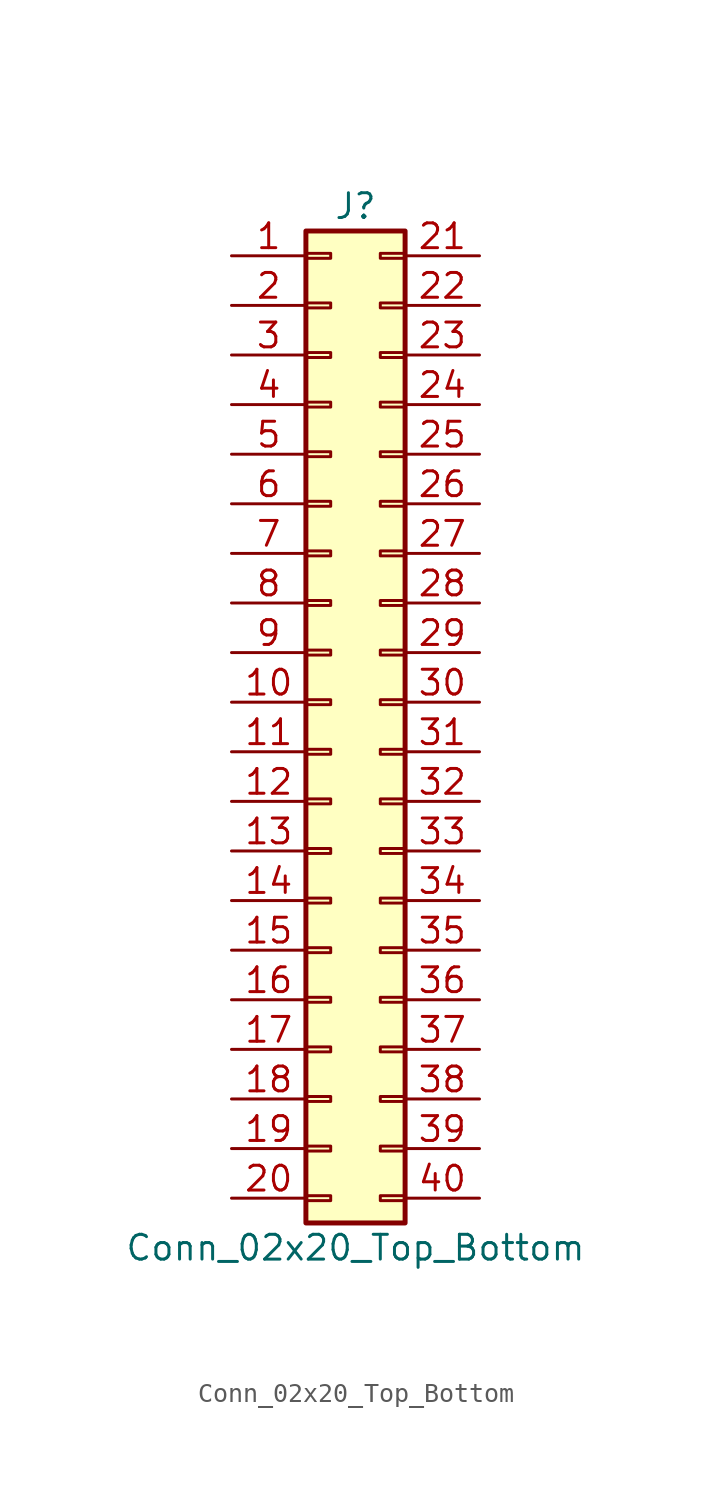
<source format=kicad_sym>
(kicad_symbol_lib
  (version 20201005)
  (generator kicad_symbol_editor)
  (symbol "Conn_02x20_Top_Bottom"
    (pin_names
      (offset 1.016) hide)
    (property "Reference" "J"
      (at 1.27 25.4 0)
      (effects (font (size 1.27 1.27))))
    (property "Value" "Conn_02x20_Top_Bottom"
      (at 1.27 -27.94 0)
      (effects (font (size 1.27 1.27))))
    (symbol "Conn_02x20_Top_Bottom_1_1"
      (rectangle (start -1.27 -25.273) (end 0 -25.527) (stroke (width 0.152)) (fill (type none)))
      (rectangle (start -1.27 -22.733) (end 0 -22.987) (stroke (width 0.152)) (fill (type none)))
      (rectangle (start -1.27 -20.193) (end 0 -20.447) (stroke (width 0.152)) (fill (type none)))
      (rectangle (start -1.27 -17.653) (end 0 -17.907) (stroke (width 0.152)) (fill (type none)))
      (rectangle (start -1.27 -15.113) (end 0 -15.367) (stroke (width 0.152)) (fill (type none)))
      (rectangle (start -1.27 -12.573) (end 0 -12.827) (stroke (width 0.152)) (fill (type none)))
      (rectangle (start -1.27 -10.033) (end 0 -10.287) (stroke (width 0.152)) (fill (type none)))
      (rectangle (start -1.27 -7.493) (end 0 -7.747) (stroke (width 0.152)) (fill (type none)))
      (rectangle (start -1.27 -4.953) (end 0 -5.207) (stroke (width 0.152)) (fill (type none)))
      (rectangle (start -1.27 -2.413) (end 0 -2.667) (stroke (width 0.152)) (fill (type none)))
      (rectangle (start -1.27 0.127) (end 0 -0.127) (stroke (width 0.152)) (fill (type none)))
      (rectangle (start -1.27 2.667) (end 0 2.413) (stroke (width 0.152)) (fill (type none)))
      (rectangle (start -1.27 5.207) (end 0 4.953) (stroke (width 0.152)) (fill (type none)))
      (rectangle (start -1.27 7.747) (end 0 7.493) (stroke (width 0.152)) (fill (type none)))
      (rectangle (start -1.27 10.287) (end 0 10.033) (stroke (width 0.152)) (fill (type none)))
      (rectangle (start -1.27 12.827) (end 0 12.573) (stroke (width 0.152)) (fill (type none)))
      (rectangle (start -1.27 15.367) (end 0 15.113) (stroke (width 0.152)) (fill (type none)))
      (rectangle (start -1.27 17.907) (end 0 17.653) (stroke (width 0.152)) (fill (type none)))
      (rectangle (start -1.27 20.447) (end 0 20.193) (stroke (width 0.152)) (fill (type none)))
      (rectangle (start -1.27 22.987) (end 0 22.733) (stroke (width 0.152)) (fill (type none)))
      (rectangle (start 3.81 -25.273) (end 2.54 -25.527) (stroke (width 0.152)) (fill (type none)))
      (rectangle (start 3.81 -22.733) (end 2.54 -22.987) (stroke (width 0.152)) (fill (type none)))
      (rectangle (start 3.81 -20.193) (end 2.54 -20.447) (stroke (width 0.152)) (fill (type none)))
      (rectangle (start 3.81 -17.653) (end 2.54 -17.907) (stroke (width 0.152)) (fill (type none)))
      (rectangle (start 3.81 -15.113) (end 2.54 -15.367) (stroke (width 0.152)) (fill (type none)))
      (rectangle (start 3.81 -12.573) (end 2.54 -12.827) (stroke (width 0.152)) (fill (type none)))
      (rectangle (start 3.81 -10.033) (end 2.54 -10.287) (stroke (width 0.152)) (fill (type none)))
      (rectangle (start 3.81 -7.493) (end 2.54 -7.747) (stroke (width 0.152)) (fill (type none)))
      (rectangle (start 3.81 -4.953) (end 2.54 -5.207) (stroke (width 0.152)) (fill (type none)))
      (rectangle (start 3.81 -2.413) (end 2.54 -2.667) (stroke (width 0.152)) (fill (type none)))
      (rectangle (start 3.81 0.127) (end 2.54 -0.127) (stroke (width 0.152)) (fill (type none)))
      (rectangle (start 3.81 2.667) (end 2.54 2.413) (stroke (width 0.152)) (fill (type none)))
      (rectangle (start 3.81 5.207) (end 2.54 4.953) (stroke (width 0.152)) (fill (type none)))
      (rectangle (start 3.81 7.747) (end 2.54 7.493) (stroke (width 0.152)) (fill (type none)))
      (rectangle (start 3.81 10.287) (end 2.54 10.033) (stroke (width 0.152)) (fill (type none)))
      (rectangle (start 3.81 12.827) (end 2.54 12.573) (stroke (width 0.152)) (fill (type none)))
      (rectangle (start 3.81 15.367) (end 2.54 15.113) (stroke (width 0.152)) (fill (type none)))
      (rectangle (start 3.81 17.907) (end 2.54 17.653) (stroke (width 0.152)) (fill (type none)))
      (rectangle (start 3.81 20.447) (end 2.54 20.193) (stroke (width 0.152)) (fill (type none)))
      (rectangle (start 3.81 22.987) (end 2.54 22.733) (stroke (width 0.152)) (fill (type none)))
      (rectangle (start -1.27 24.13) (end 3.81 -26.67) (stroke (width 0.254)) (fill (type background)))
      (pin passive line (at -5.08 22.86 0) (length 3.81) (name "Pin_1" (effects (font (size 1.27 1.27)))) (number "1" (effects (font (size 1.27 1.27)))))
      (pin passive line (at -5.08 0 0) (length 3.81) (name "Pin_10" (effects (font (size 1.27 1.27)))) (number "10" (effects (font (size 1.27 1.27)))))
      (pin passive line (at -5.08 -2.54 0) (length 3.81) (name "Pin_11" (effects (font (size 1.27 1.27)))) (number "11" (effects (font (size 1.27 1.27)))))
      (pin passive line (at -5.08 -5.08 0) (length 3.81) (name "Pin_12" (effects (font (size 1.27 1.27)))) (number "12" (effects (font (size 1.27 1.27)))))
      (pin passive line (at -5.08 -7.62 0) (length 3.81) (name "Pin_13" (effects (font (size 1.27 1.27)))) (number "13" (effects (font (size 1.27 1.27)))))
      (pin passive line (at -5.08 -10.16 0) (length 3.81) (name "Pin_14" (effects (font (size 1.27 1.27)))) (number "14" (effects (font (size 1.27 1.27)))))
      (pin passive line (at -5.08 -12.7 0) (length 3.81) (name "Pin_15" (effects (font (size 1.27 1.27)))) (number "15" (effects (font (size 1.27 1.27)))))
      (pin passive line (at -5.08 -15.24 0) (length 3.81) (name "Pin_16" (effects (font (size 1.27 1.27)))) (number "16" (effects (font (size 1.27 1.27)))))
      (pin passive line (at -5.08 -17.78 0) (length 3.81) (name "Pin_17" (effects (font (size 1.27 1.27)))) (number "17" (effects (font (size 1.27 1.27)))))
      (pin passive line (at -5.08 -20.32 0) (length 3.81) (name "Pin_18" (effects (font (size 1.27 1.27)))) (number "18" (effects (font (size 1.27 1.27)))))
      (pin passive line (at -5.08 -22.86 0) (length 3.81) (name "Pin_19" (effects (font (size 1.27 1.27)))) (number "19" (effects (font (size 1.27 1.27)))))
      (pin passive line (at -5.08 20.32 0) (length 3.81) (name "Pin_2" (effects (font (size 1.27 1.27)))) (number "2" (effects (font (size 1.27 1.27)))))
      (pin passive line (at -5.08 -25.4 0) (length 3.81) (name "Pin_20" (effects (font (size 1.27 1.27)))) (number "20" (effects (font (size 1.27 1.27)))))
      (pin passive line (at 7.62 22.86 180) (length 3.81) (name "Pin_21" (effects (font (size 1.27 1.27)))) (number "21" (effects (font (size 1.27 1.27)))))
      (pin passive line (at 7.62 20.32 180) (length 3.81) (name "Pin_22" (effects (font (size 1.27 1.27)))) (number "22" (effects (font (size 1.27 1.27)))))
      (pin passive line (at 7.62 17.78 180) (length 3.81) (name "Pin_23" (effects (font (size 1.27 1.27)))) (number "23" (effects (font (size 1.27 1.27)))))
      (pin passive line (at 7.62 15.24 180) (length 3.81) (name "Pin_24" (effects (font (size 1.27 1.27)))) (number "24" (effects (font (size 1.27 1.27)))))
      (pin passive line (at 7.62 12.7 180) (length 3.81) (name "Pin_25" (effects (font (size 1.27 1.27)))) (number "25" (effects (font (size 1.27 1.27)))))
      (pin passive line (at 7.62 10.16 180) (length 3.81) (name "Pin_26" (effects (font (size 1.27 1.27)))) (number "26" (effects (font (size 1.27 1.27)))))
      (pin passive line (at 7.62 7.62 180) (length 3.81) (name "Pin_27" (effects (font (size 1.27 1.27)))) (number "27" (effects (font (size 1.27 1.27)))))
      (pin passive line (at 7.62 5.08 180) (length 3.81) (name "Pin_28" (effects (font (size 1.27 1.27)))) (number "28" (effects (font (size 1.27 1.27)))))
      (pin passive line (at 7.62 2.54 180) (length 3.81) (name "Pin_29" (effects (font (size 1.27 1.27)))) (number "29" (effects (font (size 1.27 1.27)))))
      (pin passive line (at -5.08 17.78 0) (length 3.81) (name "Pin_3" (effects (font (size 1.27 1.27)))) (number "3" (effects (font (size 1.27 1.27)))))
      (pin passive line (at 7.62 0 180) (length 3.81) (name "Pin_30" (effects (font (size 1.27 1.27)))) (number "30" (effects (font (size 1.27 1.27)))))
      (pin passive line (at 7.62 -2.54 180) (length 3.81) (name "Pin_31" (effects (font (size 1.27 1.27)))) (number "31" (effects (font (size 1.27 1.27)))))
      (pin passive line (at 7.62 -5.08 180) (length 3.81) (name "Pin_32" (effects (font (size 1.27 1.27)))) (number "32" (effects (font (size 1.27 1.27)))))
      (pin passive line (at 7.62 -7.62 180) (length 3.81) (name "Pin_33" (effects (font (size 1.27 1.27)))) (number "33" (effects (font (size 1.27 1.27)))))
      (pin passive line (at 7.62 -10.16 180) (length 3.81) (name "Pin_34" (effects (font (size 1.27 1.27)))) (number "34" (effects (font (size 1.27 1.27)))))
      (pin passive line (at 7.62 -12.7 180) (length 3.81) (name "Pin_35" (effects (font (size 1.27 1.27)))) (number "35" (effects (font (size 1.27 1.27)))))
      (pin passive line (at 7.62 -15.24 180) (length 3.81) (name "Pin_36" (effects (font (size 1.27 1.27)))) (number "36" (effects (font (size 1.27 1.27)))))
      (pin passive line (at 7.62 -17.78 180) (length 3.81) (name "Pin_37" (effects (font (size 1.27 1.27)))) (number "37" (effects (font (size 1.27 1.27)))))
      (pin passive line (at 7.62 -20.32 180) (length 3.81) (name "Pin_38" (effects (font (size 1.27 1.27)))) (number "38" (effects (font (size 1.27 1.27)))))
      (pin passive line (at 7.62 -22.86 180) (length 3.81) (name "Pin_39" (effects (font (size 1.27 1.27)))) (number "39" (effects (font (size 1.27 1.27)))))
      (pin passive line (at -5.08 15.24 0) (length 3.81) (name "Pin_4" (effects (font (size 1.27 1.27)))) (number "4" (effects (font (size 1.27 1.27)))))
      (pin passive line (at 7.62 -25.4 180) (length 3.81) (name "Pin_40" (effects (font (size 1.27 1.27)))) (number "40" (effects (font (size 1.27 1.27)))))
      (pin passive line (at -5.08 12.7 0) (length 3.81) (name "Pin_5" (effects (font (size 1.27 1.27)))) (number "5" (effects (font (size 1.27 1.27)))))
      (pin passive line (at -5.08 10.16 0) (length 3.81) (name "Pin_6" (effects (font (size 1.27 1.27)))) (number "6" (effects (font (size 1.27 1.27)))))
      (pin passive line (at -5.08 7.62 0) (length 3.81) (name "Pin_7" (effects (font (size 1.27 1.27)))) (number "7" (effects (font (size 1.27 1.27)))))
      (pin passive line (at -5.08 5.08 0) (length 3.81) (name "Pin_8" (effects (font (size 1.27 1.27)))) (number "8" (effects (font (size 1.27 1.27)))))
      (pin passive line (at -5.08 2.54 0) (length 3.81) (name "Pin_9" (effects (font (size 1.27 1.27)))) (number "9" (effects (font (size 1.27 1.27))))))))
</source>
